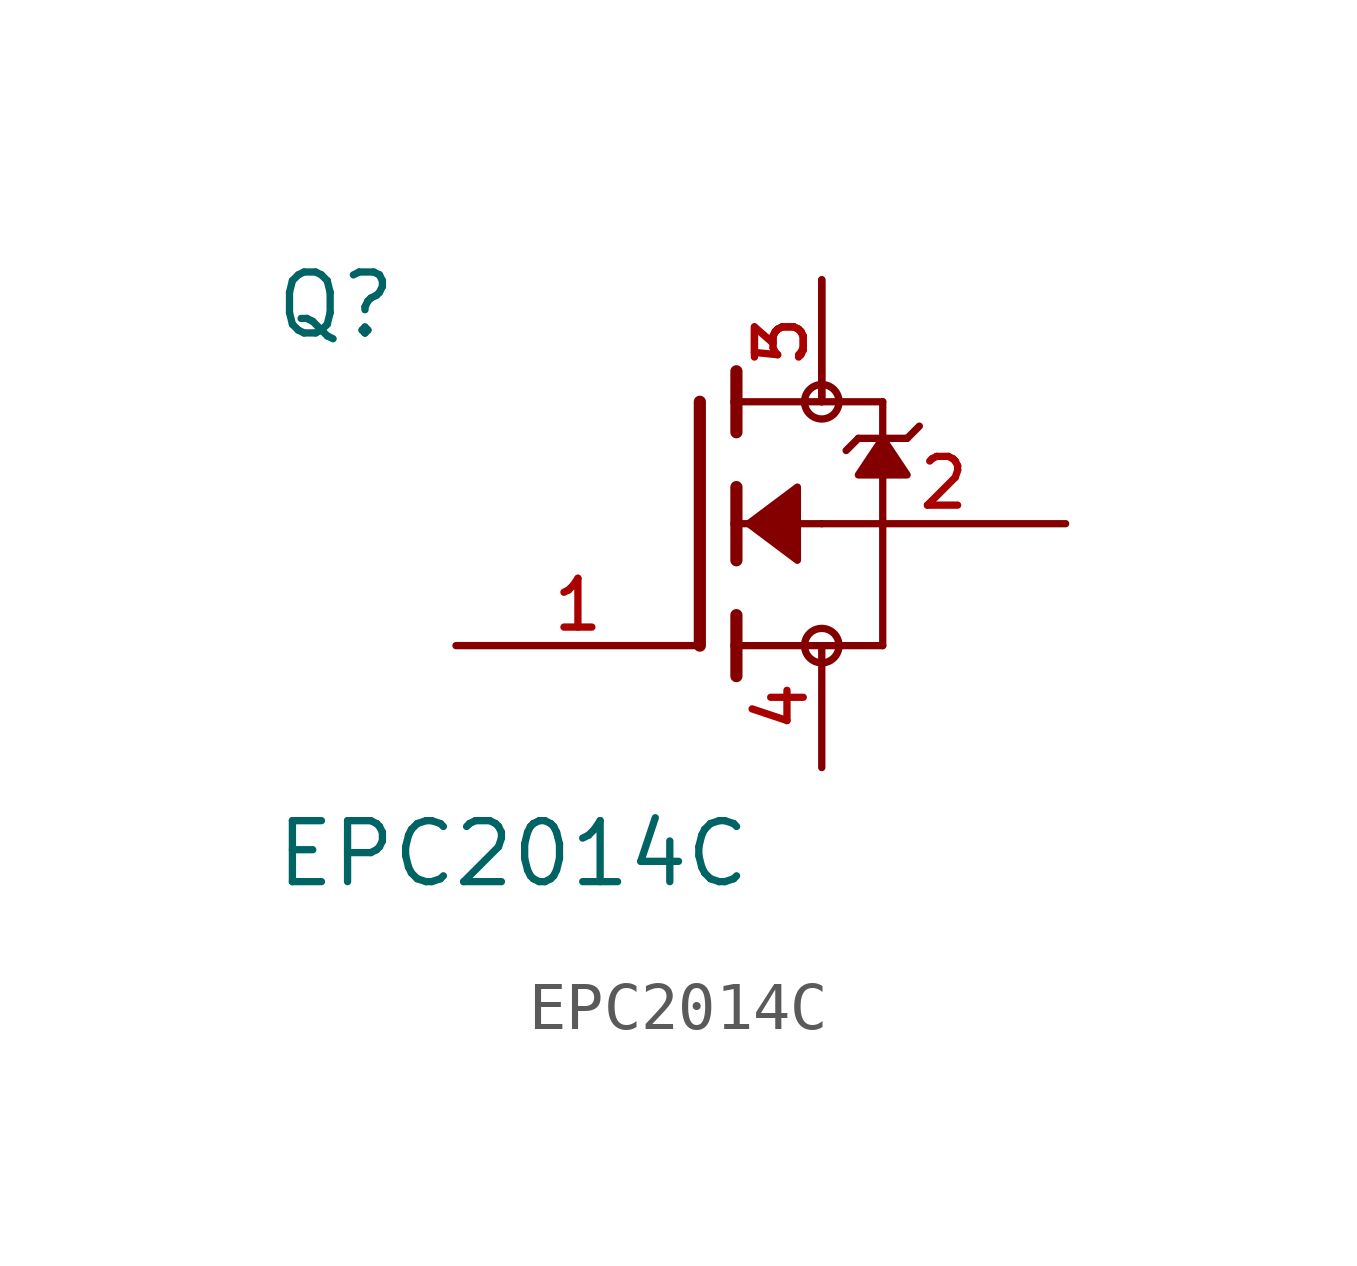
<source format=kicad_sym>
(kicad_symbol_lib
  (version 20211014)
  (generator kicad_symbol_editor)
  (symbol "EPC2014C"
    (pin_names
      (offset 1.016))
    (property "Reference" "Q"
      (at -8.89 3.81 0)
      (effects (font (size 1.27 1.27)) (justify bottom left)))
    (property "Value" "EPC2014C"
      (at -8.89 -7.62 0)
      (effects (font (size 1.27 1.27)) (justify bottom left)))
    (symbol "EPC2014C_0_0"
      (polyline (pts (xy 0.762 0.762) (xy 0.762 0.0)) (stroke (width 0.254)))
      (polyline (pts (xy 0.762 0.0) (xy 0.762 -0.762)) (stroke (width 0.254)))
      (polyline (pts (xy 0.762 3.175) (xy 0.762 2.54)) (stroke (width 0.254)))
      (polyline (pts (xy 0.762 2.54) (xy 0.762 1.905)) (stroke (width 0.254)))
      (polyline (pts (xy 0.762 0.0) (xy 2.54 0.0)) (stroke (width 0.152)))
      (polyline (pts (xy 0.762 -1.905) (xy 0.762 -2.54)) (stroke (width 0.254)))
      (polyline (pts (xy 0.762 -2.54) (xy 0.762 -3.175)) (stroke (width 0.254)))
      (polyline (pts (xy 0.0 2.54) (xy 0.0 -2.54)) (stroke (width 0.254)))
      (polyline (pts (xy 3.81 -2.54) (xy 0.762 -2.54)) (stroke (width 0.152)))
      (polyline (pts (xy 3.81 2.54) (xy 3.81 -2.54)) (stroke (width 0.152)))
      (polyline (pts (xy 0.762 2.54) (xy 3.81 2.54)) (stroke (width 0.152)))
      (polyline (pts (xy 4.572 2.032) (xy 4.318 1.778)) (stroke (width 0.152)))
      (polyline (pts (xy 4.318 1.778) (xy 3.302 1.778)) (stroke (width 0.152)))
      (polyline (pts (xy 3.302 1.778) (xy 3.048 1.524)) (stroke (width 0.152)))
      (circle (center 2.54 -2.54) (radius 0.359) (stroke (width 0.0)) (fill (type none)))
      (circle (center 2.54 2.54) (radius 0.359) (stroke (width 0.0)) (fill (type none)))
      (polyline (pts (xy 3.81 1.778) (xy 3.302 1.016) (xy 4.318 1.016) (xy 3.81 1.778)) (stroke (width 0.152)) (fill (type outline)))
      (polyline (pts (xy 1.016 0.0) (xy 2.032 0.762) (xy 2.032 -0.762) (xy 1.016 0.0)) (stroke (width 0.152)) (fill (type outline)))
      (pin passive line (at 2.54 -5.08 90.0) (length 2.54) (name "~" (effects (font (size 1.016 1.016)))) (number "4" (effects (font (size 1.016 1.016)))))
      (pin passive line (at -5.08 -2.54 0) (length 5.08) (name "~" (effects (font (size 1.016 1.016)))) (number "1" (effects (font (size 1.016 1.016)))))
      (pin passive line (at 2.54 5.08 270.0) (length 2.54) (name "~" (effects (font (size 1.016 1.016)))) (number "3" (effects (font (size 1.016 1.016)))))
      (pin passive line (at 2.54 5.08 270.0) (length 2.54) (name "~" (effects (font (size 1.016 1.016)))) (number "5" (effects (font (size 1.016 1.016)))))
      (pin passive line (at 7.62 0.0 180.0) (length 5.08) (name "~" (effects (font (size 1.016 1.016)))) (number "2" (effects (font (size 1.016 1.016))))))))
</source>
